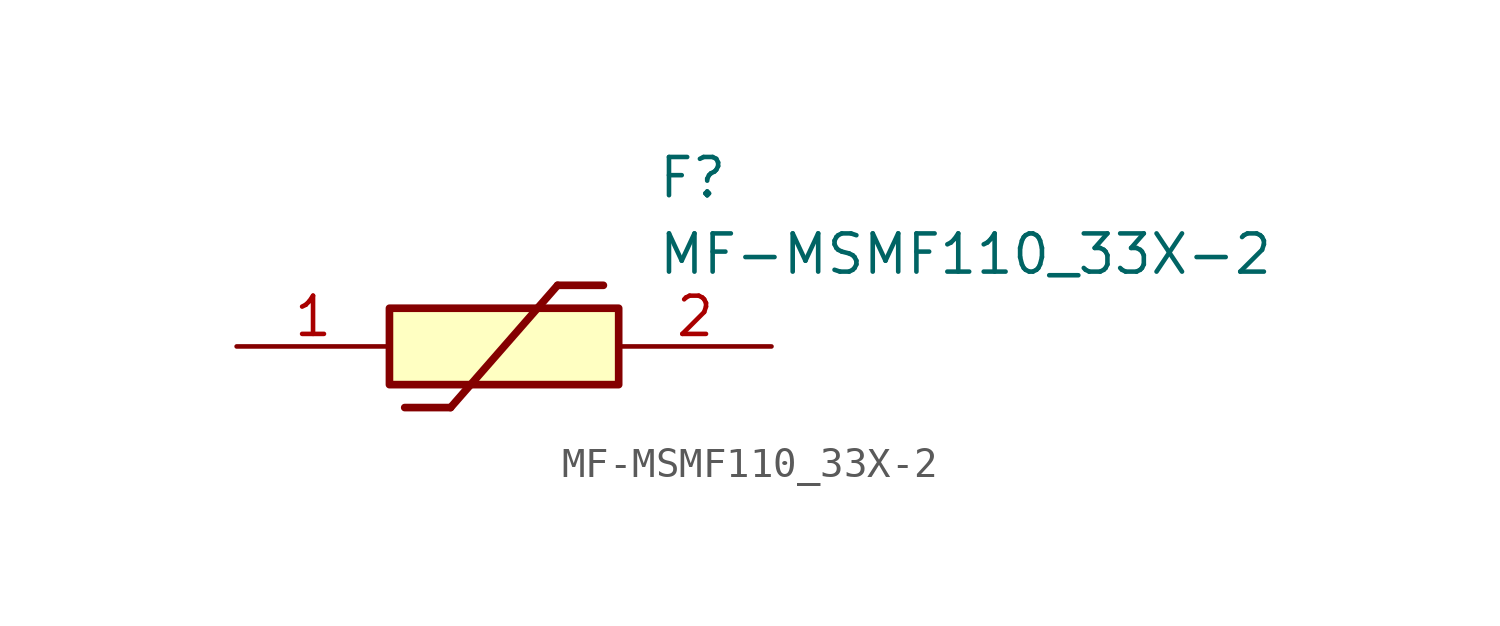
<source format=kicad_sym>
(kicad_symbol_lib
  (version 20211014)
  (generator kicad_symbol_editor)
  (symbol "MF-MSMF110_33X-2"
    (pin_names hide)
    (property "Reference" "F"
      (at 13.97 6.35 0)
      (effects (font (size 1.27 1.27)) (justify left top)))
    (property "Value" "MF-MSMF110_33X-2"
      (at 13.97 3.81 0)
      (effects (font (size 1.27 1.27)) (justify left top)))
    (rectangle
      (start 5.08 1.27)
      (end 12.7 -1.27)
      (stroke (width 0.254) (type default))
      (fill (type background)))
    (polyline
      (pts (xy 5.588 -2.032) (xy 7.112 -2.032))
      (stroke (width 0.254) (type default))
      (fill (type none)))
    (polyline
      (pts (xy 10.668 2.032) (xy 7.112 -2.032))
      (stroke (width 0.254) (type default))
      (fill (type none)))
    (polyline
      (pts (xy 10.668 2.032) (xy 12.192 2.032))
      (stroke (width 0.254) (type default))
      (fill (type none)))
    (pin passive line
      (at 0 0 0)
      (length 5.08)
      (name "1" (effects (font (size 1.27 1.27))))
      (number "1" (effects (font (size 1.27 1.27)))))
    (pin passive line
      (at 17.78 0 180)
      (length 5.08)
      (name "2" (effects (font (size 1.27 1.27))))
      (number "2" (effects (font (size 1.27 1.27)))))))
</source>
